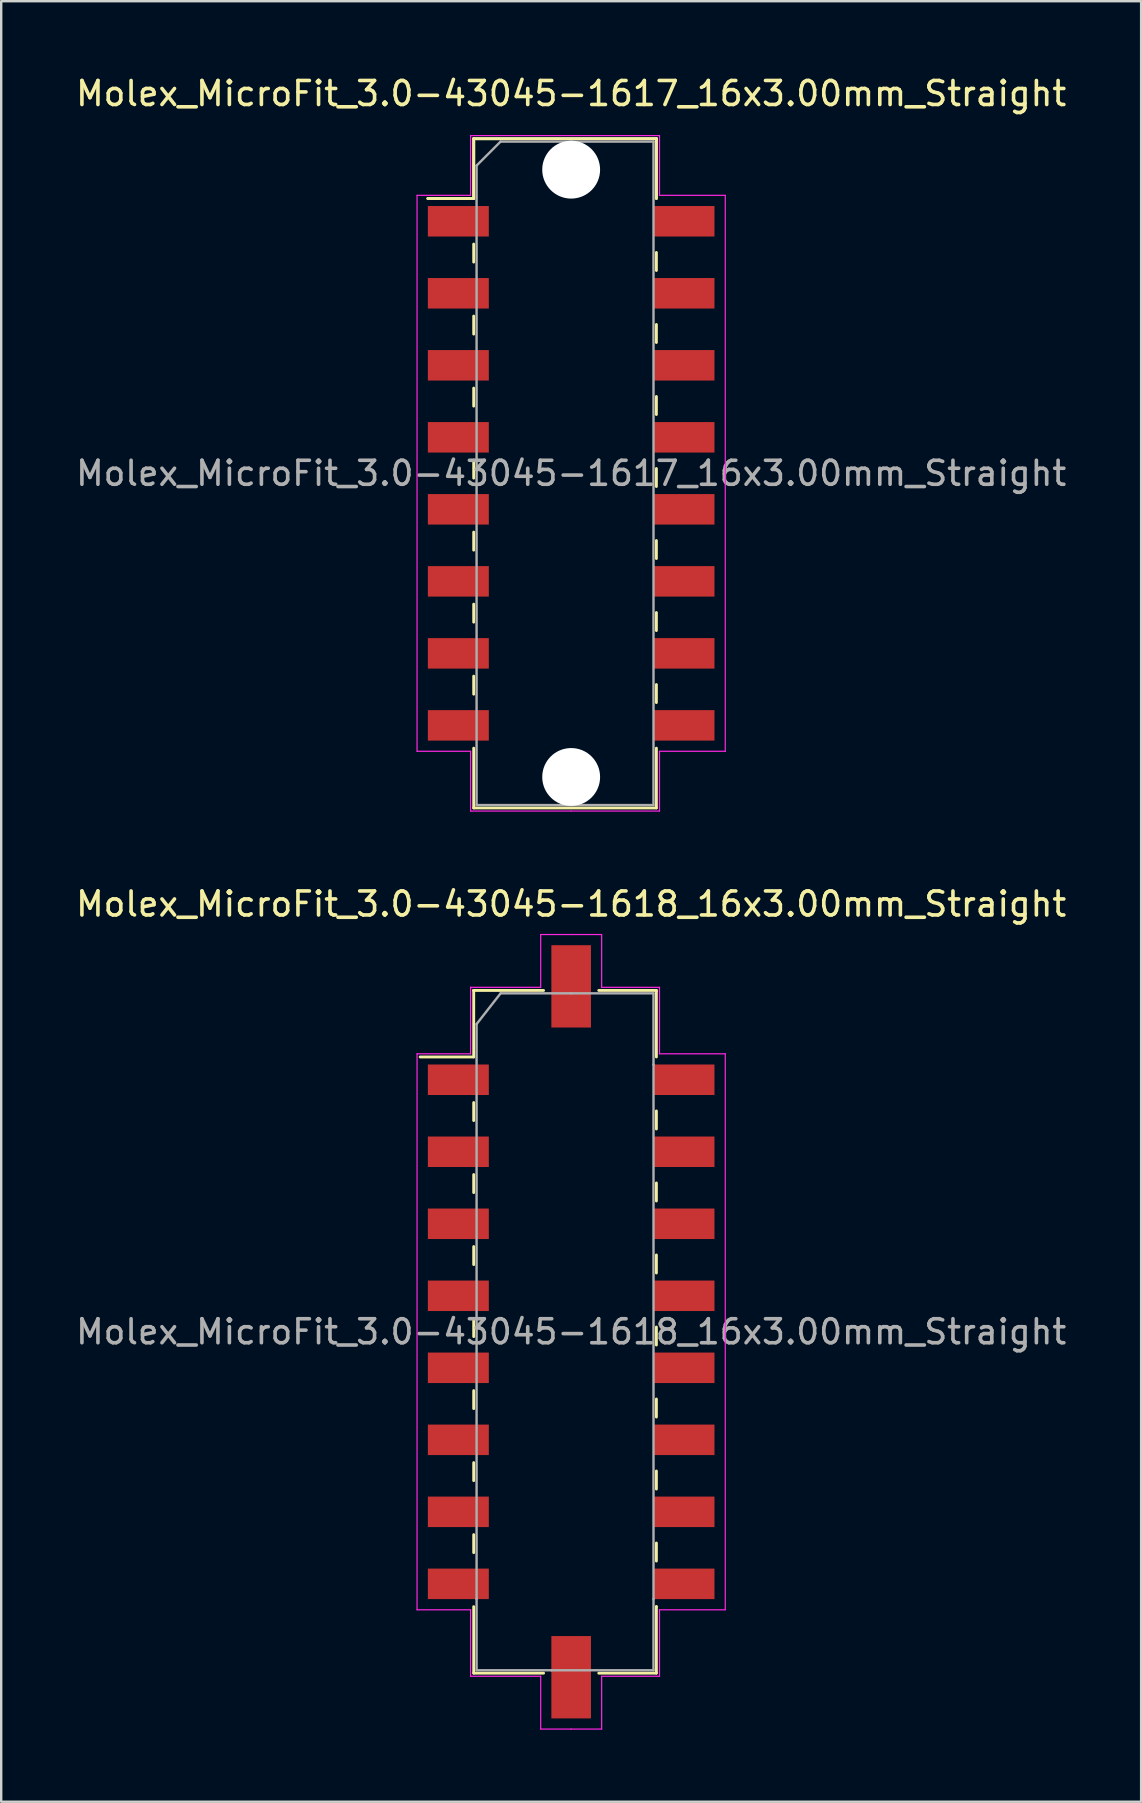
<source format=kicad_pcb>
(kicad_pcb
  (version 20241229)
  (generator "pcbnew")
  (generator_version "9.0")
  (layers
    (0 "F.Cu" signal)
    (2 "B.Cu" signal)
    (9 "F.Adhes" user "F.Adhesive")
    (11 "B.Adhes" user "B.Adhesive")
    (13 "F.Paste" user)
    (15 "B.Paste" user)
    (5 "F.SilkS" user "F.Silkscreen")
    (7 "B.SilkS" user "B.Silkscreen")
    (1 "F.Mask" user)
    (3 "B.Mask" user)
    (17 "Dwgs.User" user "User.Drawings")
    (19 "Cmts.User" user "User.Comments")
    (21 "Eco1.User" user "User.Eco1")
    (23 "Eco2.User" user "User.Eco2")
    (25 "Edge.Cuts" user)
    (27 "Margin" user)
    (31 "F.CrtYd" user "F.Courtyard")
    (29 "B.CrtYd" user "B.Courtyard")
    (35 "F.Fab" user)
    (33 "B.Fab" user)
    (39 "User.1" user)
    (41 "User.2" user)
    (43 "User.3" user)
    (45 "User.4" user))
  (footprint "Molex_MicroFit_3.0-43045-1618_16x3.00mm_Straight"
    (layer "F.Cu")
    (at 20.744 52.431)
    (property "Reference" "Molex_MicroFit_3.0-43045-1618_16x3.00mm_Straight" (at 0 -17.82 0) (layer "F.SilkS") (effects (font (size 1 1) (thickness 0.15))))
    (attr smd)
    (fp_line (start -6.29 -11.45) (end -4.06 -11.45) (stroke (width 0.12) (type solid)) (layer "F.SilkS"))
    (fp_line (start -4.06 -14.22) (end -4.06 -14.22) (stroke (width 0.12) (type solid)) (layer "F.SilkS"))
    (fp_line (start -4.06 -14.22) (end -1.15 -14.22) (stroke (width 0.12) (type solid)) (layer "F.SilkS"))
    (fp_line (start -4.06 -11.45) (end -4.06 -14.22) (stroke (width 0.12) (type solid)) (layer "F.SilkS"))
    (fp_line (start -4.06 -9.55) (end -4.06 -8.8) (stroke (width 0.12) (type solid)) (layer "F.SilkS"))
    (fp_line (start -4.06 -6.55) (end -4.06 -5.8) (stroke (width 0.12) (type solid)) (layer "F.SilkS"))
    (fp_line (start -4.06 -3.55) (end -4.06 -2.8) (stroke (width 0.12) (type solid)) (layer "F.SilkS"))
    (fp_line (start -4.06 -0.55) (end -4.06 0.2) (stroke (width 0.12) (type solid)) (layer "F.SilkS"))
    (fp_line (start -4.06 2.45) (end -4.06 3.2) (stroke (width 0.12) (type solid)) (layer "F.SilkS"))
    (fp_line (start -4.06 5.45) (end -4.06 6.2) (stroke (width 0.12) (type solid)) (layer "F.SilkS"))
    (fp_line (start -4.06 8.45) (end -4.06 9.2) (stroke (width 0.12) (type solid)) (layer "F.SilkS"))
    (fp_line (start -4.06 14.22) (end -4.06 11.45) (stroke (width 0.12) (type solid)) (layer "F.SilkS"))
    (fp_line (start -1.15 14.22) (end -4.06 14.22) (stroke (width 0.12) (type solid)) (layer "F.SilkS"))
    (fp_line (start 1.15 -14.22) (end 3.55 -14.22) (stroke (width 0.12) (type solid)) (layer "F.SilkS"))
    (fp_line (start 3.55 -14.22) (end 3.55 -11.45) (stroke (width 0.12) (type solid)) (layer "F.SilkS"))
    (fp_line (start 3.55 -8.45) (end 3.55 -9.2) (stroke (width 0.12) (type solid)) (layer "F.SilkS"))
    (fp_line (start 3.55 -5.45) (end 3.55 -6.2) (stroke (width 0.12) (type solid)) (layer "F.SilkS"))
    (fp_line (start 3.55 -2.45) (end 3.55 -3.2) (stroke (width 0.12) (type solid)) (layer "F.SilkS"))
    (fp_line (start 3.55 0.55) (end 3.55 -0.2) (stroke (width 0.12) (type solid)) (layer "F.SilkS"))
    (fp_line (start 3.55 3.55) (end 3.55 2.8) (stroke (width 0.12) (type solid)) (layer "F.SilkS"))
    (fp_line (start 3.55 6.55) (end 3.55 5.8) (stroke (width 0.12) (type solid)) (layer "F.SilkS"))
    (fp_line (start 3.55 9.55) (end 3.55 8.8) (stroke (width 0.12) (type solid)) (layer "F.SilkS"))
    (fp_line (start 3.55 11.45) (end 3.55 11.45) (stroke (width 0.12) (type solid)) (layer "F.SilkS"))
    (fp_line (start 3.55 11.45) (end 3.55 14.22) (stroke (width 0.12) (type solid)) (layer "F.SilkS"))
    (fp_line (start 3.55 14.22) (end 1.15 14.22) (stroke (width 0.12) (type solid)) (layer "F.SilkS"))
    (fp_line (start -6.42 -11.58) (end -4.19 -11.58) (stroke (width 0.05) (type solid)) (layer "F.CrtYd"))
    (fp_line (start -6.42 11.58) (end -6.42 -11.58) (stroke (width 0.05) (type solid)) (layer "F.CrtYd"))
    (fp_line (start -4.19 -14.35) (end -4.19 -14.35) (stroke (width 0.05) (type solid)) (layer "F.CrtYd"))
    (fp_line (start -4.19 -14.35) (end -1.27 -14.35) (stroke (width 0.05) (type solid)) (layer "F.CrtYd"))
    (fp_line (start -4.19 -11.58) (end -4.19 -14.35) (stroke (width 0.05) (type solid)) (layer "F.CrtYd"))
    (fp_line (start -4.19 11.58) (end -6.42 11.58) (stroke (width 0.05) (type solid)) (layer "F.CrtYd"))
    (fp_line (start -4.19 14.35) (end -4.19 11.58) (stroke (width 0.05) (type solid)) (layer "F.CrtYd"))
    (fp_line (start -1.27 -16.55) (end 0 -16.55) (stroke (width 0.05) (type solid)) (layer "F.CrtYd"))
    (fp_line (start -1.27 -14.35) (end -1.27 -16.55) (stroke (width 0.05) (type solid)) (layer "F.CrtYd"))
    (fp_line (start -1.27 14.35) (end -4.19 14.35) (stroke (width 0.05) (type solid)) (layer "F.CrtYd"))
    (fp_line (start -1.27 16.55) (end -1.27 14.35) (stroke (width 0.05) (type solid)) (layer "F.CrtYd"))
    (fp_line (start 0 -16.55) (end 1.27 -16.55) (stroke (width 0.05) (type solid)) (layer "F.CrtYd"))
    (fp_line (start 0 16.55) (end -1.27 16.55) (stroke (width 0.05) (type solid)) (layer "F.CrtYd"))
    (fp_line (start 1.27 -16.55) (end 1.27 -14.35) (stroke (width 0.05) (type solid)) (layer "F.CrtYd"))
    (fp_line (start 1.27 -14.35) (end 3.68 -14.35) (stroke (width 0.05) (type solid)) (layer "F.CrtYd"))
    (fp_line (start 1.27 14.35) (end 1.27 16.55) (stroke (width 0.05) (type solid)) (layer "F.CrtYd"))
    (fp_line (start 1.27 16.55) (end 0 16.55) (stroke (width 0.05) (type solid)) (layer "F.CrtYd"))
    (fp_line (start 3.68 -14.35) (end 3.68 -11.58) (stroke (width 0.05) (type solid)) (layer "F.CrtYd"))
    (fp_line (start 3.68 -11.58) (end 6.42 -11.58) (stroke (width 0.05) (type solid)) (layer "F.CrtYd"))
    (fp_line (start 3.68 11.58) (end 3.68 11.58) (stroke (width 0.05) (type solid)) (layer "F.CrtYd"))
    (fp_line (start 3.68 11.58) (end 3.68 14.35) (stroke (width 0.05) (type solid)) (layer "F.CrtYd"))
    (fp_line (start 3.68 14.35) (end 1.27 14.35) (stroke (width 0.05) (type solid)) (layer "F.CrtYd"))
    (fp_line (start 6.42 -11.58) (end 6.42 11.58) (stroke (width 0.05) (type solid)) (layer "F.CrtYd"))
    (fp_line (start 6.42 11.58) (end 3.68 11.58) (stroke (width 0.05) (type solid)) (layer "F.CrtYd"))
    (fp_line (start -3.94 -12.82) (end -2.94 -14.1) (stroke (width 0.1) (type solid)) (layer "F.Fab"))
    (fp_line (start -3.94 11.13) (end -3.94 -12.82) (stroke (width 0.1) (type solid)) (layer "F.Fab"))
    (fp_line (start -3.94 14.1) (end -3.94 11.13) (stroke (width 0.1) (type solid)) (layer "F.Fab"))
    (fp_line (start -2.94 -14.1) (end 0 -14.1) (stroke (width 0.1) (type solid)) (layer "F.Fab"))
    (fp_line (start -0.82 14.1) (end -3.94 14.1) (stroke (width 0.1) (type solid)) (layer "F.Fab"))
    (fp_line (start 0 -14.1) (end 3.43 -14.1) (stroke (width 0.1) (type solid)) (layer "F.Fab"))
    (fp_line (start 3.43 -14.1) (end 3.43 -11.13) (stroke (width 0.1) (type solid)) (layer "F.Fab"))
    (fp_line (start 3.43 -11.13) (end 3.43 11.13) (stroke (width 0.1) (type solid)) (layer "F.Fab"))
    (fp_line (start 3.43 11.13) (end 3.43 14.1) (stroke (width 0.1) (type solid)) (layer "F.Fab"))
    (fp_line (start 3.43 14.1) (end -0.82 14.1) (stroke (width 0.1) (type solid)) (layer "F.Fab"))
    (fp_text user "${REFERENCE}" (at 0 0 0) (layer "F.Fab") (effects (font (size 1 1) (thickness 0.15))))
    (pad "" smd rect (at 0 -14.39) (size 1.65 3.43) (layers "F.Cu" "F.Mask" "F.Paste"))
    (pad "" smd rect (at 0 14.39) (size 1.65 3.43) (layers "F.Cu" "F.Mask" "F.Paste"))
    (pad "1" smd rect (at -4.7 -10.5) (size 2.54 1.27) (layers "F.Cu" "F.Mask" "F.Paste"))
    (pad "2" smd rect (at -4.7 -7.5) (size 2.54 1.27) (layers "F.Cu" "F.Mask" "F.Paste"))
    (pad "3" smd rect (at -4.7 -4.5) (size 2.54 1.27) (layers "F.Cu" "F.Mask" "F.Paste"))
    (pad "4" smd rect (at -4.7 -1.5) (size 2.54 1.27) (layers "F.Cu" "F.Mask" "F.Paste"))
    (pad "5" smd rect (at -4.7 1.5) (size 2.54 1.27) (layers "F.Cu" "F.Mask" "F.Paste"))
    (pad "6" smd rect (at -4.7 4.5) (size 2.54 1.27) (layers "F.Cu" "F.Mask" "F.Paste"))
    (pad "7" smd rect (at -4.7 7.5) (size 2.54 1.27) (layers "F.Cu" "F.Mask" "F.Paste"))
    (pad "8" smd rect (at -4.7 10.5) (size 2.54 1.27) (layers "F.Cu" "F.Mask" "F.Paste"))
    (pad "9" smd rect (at 4.7 10.5) (size 2.54 1.27) (layers "F.Cu" "F.Mask" "F.Paste"))
    (pad "10" smd rect (at 4.7 7.5) (size 2.54 1.27) (layers "F.Cu" "F.Mask" "F.Paste"))
    (pad "11" smd rect (at 4.7 4.5) (size 2.54 1.27) (layers "F.Cu" "F.Mask" "F.Paste"))
    (pad "12" smd rect (at 4.7 1.5) (size 2.54 1.27) (layers "F.Cu" "F.Mask" "F.Paste"))
    (pad "13" smd rect (at 4.7 -1.5) (size 2.54 1.27) (layers "F.Cu" "F.Mask" "F.Paste"))
    (pad "14" smd rect (at 4.7 -4.5) (size 2.54 1.27) (layers "F.Cu" "F.Mask" "F.Paste"))
    (pad "15" smd rect (at 4.7 -7.5) (size 2.54 1.27) (layers "F.Cu" "F.Mask" "F.Paste"))
    (pad "16" smd rect (at 4.7 -10.5) (size 2.54 1.27) (layers "F.Cu" "F.Mask" "F.Paste")))
  (footprint "Molex_MicroFit_3.0-43045-1617_16x3.00mm_Straight"
    (layer "F.Cu")
    (at 20.744 16.668)
    (property "Reference" "Molex_MicroFit_3.0-43045-1617_16x3.00mm_Straight" (at 0 -15.82 0) (layer "F.SilkS") (effects (font (size 1 1) (thickness 0.15))))
    (attr smd)
    (fp_line (start -5.97 -11.45) (end -4.06 -11.45) (stroke (width 0.12) (type solid)) (layer "F.SilkS"))
    (fp_line (start -5.97 -11.45) (end -4.06 -11.45) (stroke (width 0.12) (type solid)) (layer "F.SilkS"))
    (fp_line (start -4.06 -13.94) (end 3.55 -13.94) (stroke (width 0.12) (type solid)) (layer "F.SilkS"))
    (fp_line (start -4.06 -13.94) (end 3.55 -13.94) (stroke (width 0.12) (type solid)) (layer "F.SilkS"))
    (fp_line (start -4.06 -11.45) (end -4.06 -13.94) (stroke (width 0.12) (type solid)) (layer "F.SilkS"))
    (fp_line (start -4.06 -11.45) (end -4.06 -13.94) (stroke (width 0.12) (type solid)) (layer "F.SilkS"))
    (fp_line (start -4.06 -9.55) (end -4.06 -8.8) (stroke (width 0.12) (type solid)) (layer "F.SilkS"))
    (fp_line (start -4.06 -6.55) (end -4.06 -5.8) (stroke (width 0.12) (type solid)) (layer "F.SilkS"))
    (fp_line (start -4.06 -3.55) (end -4.06 -2.8) (stroke (width 0.12) (type solid)) (layer "F.SilkS"))
    (fp_line (start -4.06 -0.55) (end -4.06 0.2) (stroke (width 0.12) (type solid)) (layer "F.SilkS"))
    (fp_line (start -4.06 2.45) (end -4.06 3.2) (stroke (width 0.12) (type solid)) (layer "F.SilkS"))
    (fp_line (start -4.06 5.45) (end -4.06 6.2) (stroke (width 0.12) (type solid)) (layer "F.SilkS"))
    (fp_line (start -4.06 8.45) (end -4.06 9.2) (stroke (width 0.12) (type solid)) (layer "F.SilkS"))
    (fp_line (start -4.06 13.94) (end -4.06 11.45) (stroke (width 0.12) (type solid)) (layer "F.SilkS"))
    (fp_line (start 3.55 -13.94) (end 3.55 -11.45) (stroke (width 0.12) (type solid)) (layer "F.SilkS"))
    (fp_line (start 3.55 -13.94) (end 3.55 -11.45) (stroke (width 0.12) (type solid)) (layer "F.SilkS"))
    (fp_line (start 3.55 -8.45) (end 3.55 -9.2) (stroke (width 0.12) (type solid)) (layer "F.SilkS"))
    (fp_line (start 3.55 -5.45) (end 3.55 -6.2) (stroke (width 0.12) (type solid)) (layer "F.SilkS"))
    (fp_line (start 3.55 -2.45) (end 3.55 -3.2) (stroke (width 0.12) (type solid)) (layer "F.SilkS"))
    (fp_line (start 3.55 0.55) (end 3.55 -0.2) (stroke (width 0.12) (type solid)) (layer "F.SilkS"))
    (fp_line (start 3.55 3.55) (end 3.55 2.8) (stroke (width 0.12) (type solid)) (layer "F.SilkS"))
    (fp_line (start 3.55 6.55) (end 3.55 5.8) (stroke (width 0.12) (type solid)) (layer "F.SilkS"))
    (fp_line (start 3.55 9.55) (end 3.55 8.8) (stroke (width 0.12) (type solid)) (layer "F.SilkS"))
    (fp_line (start 3.55 11.45) (end 3.55 13.94) (stroke (width 0.12) (type solid)) (layer "F.SilkS"))
    (fp_line (start 3.55 13.94) (end -4.06 13.94) (stroke (width 0.12) (type solid)) (layer "F.SilkS"))
    (fp_line (start -6.42 -11.58) (end -4.19 -11.58) (stroke (width 0.05) (type solid)) (layer "F.CrtYd"))
    (fp_line (start -6.42 11.58) (end -6.42 -11.58) (stroke (width 0.05) (type solid)) (layer "F.CrtYd"))
    (fp_line (start -4.19 -14.07) (end 0 -14.07) (stroke (width 0.05) (type solid)) (layer "F.CrtYd"))
    (fp_line (start -4.19 -11.58) (end -4.19 -14.07) (stroke (width 0.05) (type solid)) (layer "F.CrtYd"))
    (fp_line (start -4.19 11.58) (end -6.42 11.58) (stroke (width 0.05) (type solid)) (layer "F.CrtYd"))
    (fp_line (start -4.19 14.07) (end -4.19 11.58) (stroke (width 0.05) (type solid)) (layer "F.CrtYd"))
    (fp_line (start 0 -14.07) (end 3.68 -14.07) (stroke (width 0.05) (type solid)) (layer "F.CrtYd"))
    (fp_line (start 0 14.07) (end -4.19 14.07) (stroke (width 0.05) (type solid)) (layer "F.CrtYd"))
    (fp_line (start 3.68 -14.07) (end 3.68 -11.58) (stroke (width 0.05) (type solid)) (layer "F.CrtYd"))
    (fp_line (start 3.68 -11.58) (end 6.42 -11.58) (stroke (width 0.05) (type solid)) (layer "F.CrtYd"))
    (fp_line (start 3.68 11.58) (end 3.68 14.07) (stroke (width 0.05) (type solid)) (layer "F.CrtYd"))
    (fp_line (start 3.68 14.07) (end 0 14.07) (stroke (width 0.05) (type solid)) (layer "F.CrtYd"))
    (fp_line (start 6.42 -11.58) (end 6.42 11.58) (stroke (width 0.05) (type solid)) (layer "F.CrtYd"))
    (fp_line (start 6.42 11.58) (end 3.68 11.58) (stroke (width 0.05) (type solid)) (layer "F.CrtYd"))
    (fp_line (start -3.94 -12.82) (end -2.94 -13.82) (stroke (width 0.1) (type solid)) (layer "F.Fab"))
    (fp_line (start -3.94 13.82) (end -3.94 -12.82) (stroke (width 0.1) (type solid)) (layer "F.Fab"))
    (fp_line (start -2.94 -13.82) (end 0 -13.82) (stroke (width 0.1) (type solid)) (layer "F.Fab"))
    (fp_line (start 0 -13.82) (end 3.43 -13.82) (stroke (width 0.1) (type solid)) (layer "F.Fab"))
    (fp_line (start 0 13.82) (end -3.94 13.82) (stroke (width 0.1) (type solid)) (layer "F.Fab"))
    (fp_line (start 3.43 -13.82) (end 3.43 13.82) (stroke (width 0.1) (type solid)) (layer "F.Fab"))
    (fp_line (start 3.43 13.82) (end 0 13.82) (stroke (width 0.1) (type solid)) (layer "F.Fab"))
    (fp_text user "${REFERENCE}" (at 0 0 0) (layer "F.Fab") (effects (font (size 1 1) (thickness 0.15))))
    (pad "" np_thru_hole circle (at 0 -12.65) (size 2.41 2.41) (drill 2.41) (layers "*.Cu"))
    (pad "" np_thru_hole circle (at 0 12.65) (size 2.41 2.41) (drill 2.41) (layers "*.Cu"))
    (pad "1" smd rect (at -4.7 -10.5) (size 2.54 1.27) (layers "F.Cu" "F.Mask" "F.Paste"))
    (pad "2" smd rect (at -4.7 -7.5) (size 2.54 1.27) (layers "F.Cu" "F.Mask" "F.Paste"))
    (pad "3" smd rect (at -4.7 -4.5) (size 2.54 1.27) (layers "F.Cu" "F.Mask" "F.Paste"))
    (pad "4" smd rect (at -4.7 -1.5) (size 2.54 1.27) (layers "F.Cu" "F.Mask" "F.Paste"))
    (pad "5" smd rect (at -4.7 1.5) (size 2.54 1.27) (layers "F.Cu" "F.Mask" "F.Paste"))
    (pad "6" smd rect (at -4.7 4.5) (size 2.54 1.27) (layers "F.Cu" "F.Mask" "F.Paste"))
    (pad "7" smd rect (at -4.7 7.5) (size 2.54 1.27) (layers "F.Cu" "F.Mask" "F.Paste"))
    (pad "8" smd rect (at -4.7 10.5) (size 2.54 1.27) (layers "F.Cu" "F.Mask" "F.Paste"))
    (pad "9" smd rect (at 4.7 10.5) (size 2.54 1.27) (layers "F.Cu" "F.Mask" "F.Paste"))
    (pad "10" smd rect (at 4.7 7.5) (size 2.54 1.27) (layers "F.Cu" "F.Mask" "F.Paste"))
    (pad "11" smd rect (at 4.7 4.5) (size 2.54 1.27) (layers "F.Cu" "F.Mask" "F.Paste"))
    (pad "12" smd rect (at 4.7 1.5) (size 2.54 1.27) (layers "F.Cu" "F.Mask" "F.Paste"))
    (pad "13" smd rect (at 4.7 -1.5) (size 2.54 1.27) (layers "F.Cu" "F.Mask" "F.Paste"))
    (pad "14" smd rect (at 4.7 -4.5) (size 2.54 1.27) (layers "F.Cu" "F.Mask" "F.Paste"))
    (pad "15" smd rect (at 4.7 -7.5) (size 2.54 1.27) (layers "F.Cu" "F.Mask" "F.Paste"))
    (pad "16" smd rect (at 4.7 -10.5) (size 2.54 1.27) (layers "F.Cu" "F.Mask" "F.Paste")))
  (gr_rect
    (start -3 -3)
    (end 44.488 72.007)
    (stroke (width 0.1) (type default))
    (fill no)
    (layer "Edge.Cuts")))
</source>
